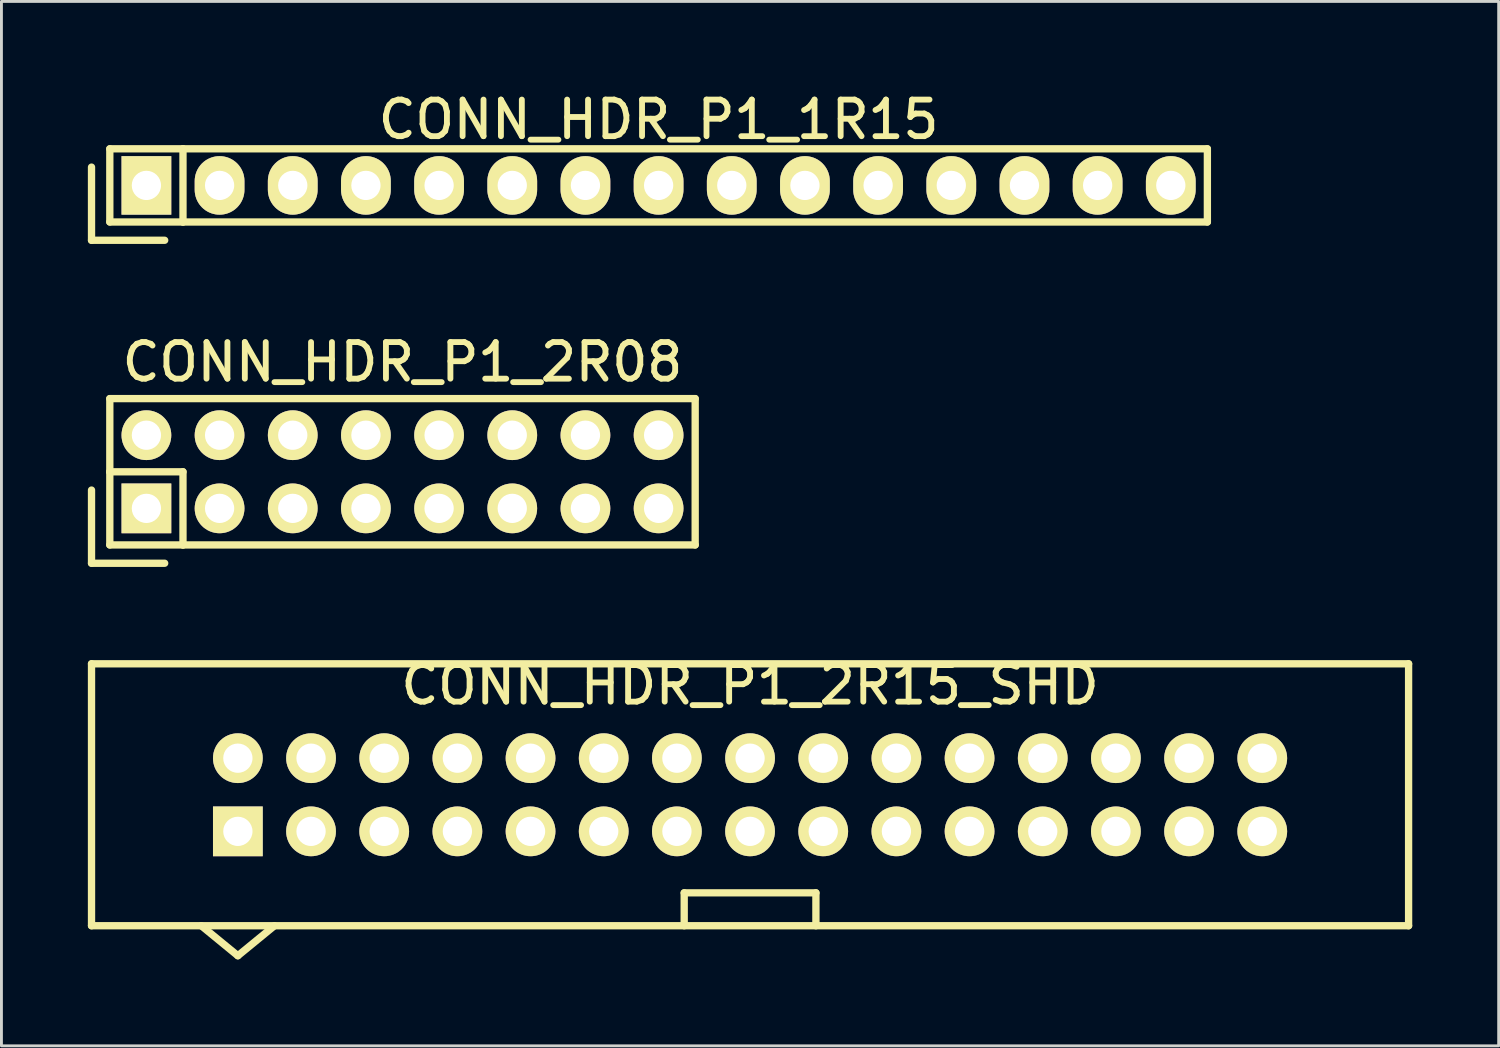
<source format=kicad_pcb>
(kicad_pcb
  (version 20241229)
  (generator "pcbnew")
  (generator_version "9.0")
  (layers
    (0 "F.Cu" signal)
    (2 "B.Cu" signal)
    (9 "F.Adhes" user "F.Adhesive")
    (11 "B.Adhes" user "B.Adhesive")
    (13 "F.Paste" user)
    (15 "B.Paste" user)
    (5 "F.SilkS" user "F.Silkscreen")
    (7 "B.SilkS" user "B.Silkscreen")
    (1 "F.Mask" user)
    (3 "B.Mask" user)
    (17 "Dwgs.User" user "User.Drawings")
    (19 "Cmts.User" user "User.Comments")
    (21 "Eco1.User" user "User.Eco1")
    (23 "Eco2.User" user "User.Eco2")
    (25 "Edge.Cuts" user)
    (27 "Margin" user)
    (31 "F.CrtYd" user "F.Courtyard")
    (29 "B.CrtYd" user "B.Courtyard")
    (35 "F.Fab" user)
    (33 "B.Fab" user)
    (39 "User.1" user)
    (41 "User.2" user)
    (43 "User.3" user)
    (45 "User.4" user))
  (footprint "CONN_HDR_P1_2R15_SHD"
    (layer "F.Cu")
    (at 22.987 24.539)
    (property "Reference" "CONN_HDR_P1_2R15_SHD" (at 0 -3.81 0) (layer "F.SilkS") (effects (font (size 1.27 1.27) (thickness 0.203))))
    (attr through_hole)
    (fp_line (start -22.86 -4.547) (end -22.86 4.547) (stroke (width 0.254) (type solid)) (layer "F.SilkS"))
    (fp_line (start -22.86 4.547) (end 22.86 4.547) (stroke (width 0.254) (type solid)) (layer "F.SilkS"))
    (fp_line (start -19.05 4.547) (end -17.78 5.588) (stroke (width 0.254) (type solid)) (layer "F.SilkS"))
    (fp_line (start -17.78 5.588) (end -16.51 4.547) (stroke (width 0.254) (type solid)) (layer "F.SilkS"))
    (fp_line (start -2.286 3.404) (end 2.286 3.404) (stroke (width 0.254) (type solid)) (layer "F.SilkS"))
    (fp_line (start -2.286 4.547) (end -2.286 3.404) (stroke (width 0.254) (type solid)) (layer "F.SilkS"))
    (fp_line (start 2.286 3.404) (end 2.286 4.547) (stroke (width 0.254) (type solid)) (layer "F.SilkS"))
    (fp_line (start 22.86 -4.547) (end -22.86 -4.547) (stroke (width 0.254) (type solid)) (layer "F.SilkS"))
    (fp_line (start 22.86 -4.547) (end 22.86 4.547) (stroke (width 0.254) (type solid)) (layer "F.SilkS"))
    (pad "1" thru_hole rect (at -17.78 1.27) (size 1.727 1.727) (drill 1.016) (layers "*.Cu" "*.Mask" "F.SilkS"))
    (pad "2" thru_hole oval (at -17.78 -1.27) (size 1.727 1.727) (drill 1.016) (layers "*.Cu" "*.Mask" "F.SilkS"))
    (pad "3" thru_hole oval (at -15.24 1.27) (size 1.727 1.727) (drill 1.016) (layers "*.Cu" "*.Mask" "F.SilkS"))
    (pad "4" thru_hole oval (at -15.24 -1.27) (size 1.727 1.727) (drill 1.016) (layers "*.Cu" "*.Mask" "F.SilkS"))
    (pad "5" thru_hole oval (at -12.7 1.27) (size 1.727 1.727) (drill 1.016) (layers "*.Cu" "*.Mask" "F.SilkS"))
    (pad "6" thru_hole oval (at -12.7 -1.27) (size 1.727 1.727) (drill 1.016) (layers "*.Cu" "*.Mask" "F.SilkS"))
    (pad "7" thru_hole oval (at -10.16 1.27) (size 1.727 1.727) (drill 1.016) (layers "*.Cu" "*.Mask" "F.SilkS"))
    (pad "8" thru_hole oval (at -10.16 -1.27) (size 1.727 1.727) (drill 1.016) (layers "*.Cu" "*.Mask" "F.SilkS"))
    (pad "9" thru_hole oval (at -7.62 1.27) (size 1.727 1.727) (drill 1.016) (layers "*.Cu" "*.Mask" "F.SilkS"))
    (pad "10" thru_hole oval (at -7.62 -1.27) (size 1.727 1.727) (drill 1.016) (layers "*.Cu" "*.Mask" "F.SilkS"))
    (pad "11" thru_hole oval (at -5.08 1.27) (size 1.727 1.727) (drill 1.016) (layers "*.Cu" "*.Mask" "F.SilkS"))
    (pad "12" thru_hole oval (at -5.08 -1.27) (size 1.727 1.727) (drill 1.016) (layers "*.Cu" "*.Mask" "F.SilkS"))
    (pad "13" thru_hole oval (at -2.54 1.27) (size 1.727 1.727) (drill 1.016) (layers "*.Cu" "*.Mask" "F.SilkS"))
    (pad "14" thru_hole oval (at -2.54 -1.27) (size 1.727 1.727) (drill 1.016) (layers "*.Cu" "*.Mask" "F.SilkS"))
    (pad "15" thru_hole oval (at 0 1.27) (size 1.727 1.727) (drill 1.016) (layers "*.Cu" "*.Mask" "F.SilkS"))
    (pad "16" thru_hole oval (at 0 -1.27) (size 1.727 1.727) (drill 1.016) (layers "*.Cu" "*.Mask" "F.SilkS"))
    (pad "17" thru_hole oval (at 2.54 1.27) (size 1.727 1.727) (drill 1.016) (layers "*.Cu" "*.Mask" "F.SilkS"))
    (pad "18" thru_hole oval (at 2.54 -1.27) (size 1.727 1.727) (drill 1.016) (layers "*.Cu" "*.Mask" "F.SilkS"))
    (pad "19" thru_hole oval (at 5.08 1.27) (size 1.727 1.727) (drill 1.016) (layers "*.Cu" "*.Mask" "F.SilkS"))
    (pad "20" thru_hole oval (at 5.08 -1.27) (size 1.727 1.727) (drill 1.016) (layers "*.Cu" "*.Mask" "F.SilkS"))
    (pad "21" thru_hole oval (at 7.62 1.27) (size 1.727 1.727) (drill 1.016) (layers "*.Cu" "*.Mask" "F.SilkS"))
    (pad "22" thru_hole oval (at 7.62 -1.27) (size 1.727 1.727) (drill 1.016) (layers "*.Cu" "*.Mask" "F.SilkS"))
    (pad "23" thru_hole oval (at 10.16 1.27) (size 1.727 1.727) (drill 1.016) (layers "*.Cu" "*.Mask" "F.SilkS"))
    (pad "24" thru_hole oval (at 10.16 -1.27) (size 1.727 1.727) (drill 1.016) (layers "*.Cu" "*.Mask" "F.SilkS"))
    (pad "25" thru_hole oval (at 12.7 1.27) (size 1.727 1.727) (drill 1.016) (layers "*.Cu" "*.Mask" "F.SilkS"))
    (pad "26" thru_hole oval (at 12.7 -1.27) (size 1.727 1.727) (drill 1.016) (layers "*.Cu" "*.Mask" "F.SilkS"))
    (pad "27" thru_hole oval (at 15.24 1.27) (size 1.727 1.727) (drill 1.016) (layers "*.Cu" "*.Mask" "F.SilkS"))
    (pad "28" thru_hole oval (at 15.24 -1.27) (size 1.727 1.727) (drill 1.016) (layers "*.Cu" "*.Mask" "F.SilkS"))
    (pad "29" thru_hole oval (at 17.78 1.27) (size 1.727 1.727) (drill 1.016) (layers "*.Cu" "*.Mask" "F.SilkS"))
    (pad "30" thru_hole oval (at 17.78 -1.27) (size 1.727 1.727) (drill 1.016) (layers "*.Cu" "*.Mask" "F.SilkS")))
  (footprint "CONN_HDR_P1_2R08"
    (layer "F.Cu")
    (at 10.922 13.327)
    (property "Reference" "CONN_HDR_P1_2R08" (at 0 -3.81 0) (layer "F.SilkS") (effects (font (size 1.27 1.27) (thickness 0.203))))
    (attr through_hole)
    (fp_line (start -10.795 0.635) (end -10.795 3.175) (stroke (width 0.254) (type solid)) (layer "F.SilkS"))
    (fp_line (start -10.795 3.175) (end -8.255 3.175) (stroke (width 0.254) (type solid)) (layer "F.SilkS"))
    (fp_line (start -10.16 -2.54) (end -10.16 0) (stroke (width 0.254) (type solid)) (layer "F.SilkS"))
    (fp_line (start -10.16 0) (end -7.62 0) (stroke (width 0.254) (type solid)) (layer "F.SilkS"))
    (fp_line (start -10.16 2.54) (end -10.16 0) (stroke (width 0.254) (type solid)) (layer "F.SilkS"))
    (fp_line (start -10.16 2.54) (end -7.62 2.54) (stroke (width 0.254) (type solid)) (layer "F.SilkS"))
    (fp_line (start -7.62 0) (end -7.62 2.54) (stroke (width 0.254) (type solid)) (layer "F.SilkS"))
    (fp_line (start -7.62 2.54) (end 10.16 2.54) (stroke (width 0.254) (type solid)) (layer "F.SilkS"))
    (fp_line (start 10.16 -2.54) (end -10.16 -2.54) (stroke (width 0.254) (type solid)) (layer "F.SilkS"))
    (fp_line (start 10.16 -2.54) (end 10.16 2.54) (stroke (width 0.254) (type solid)) (layer "F.SilkS"))
    (pad "1" thru_hole rect (at -8.89 1.27) (size 1.727 1.727) (drill 1.016) (layers "*.Cu" "*.Mask" "F.SilkS"))
    (pad "2" thru_hole oval (at -8.89 -1.27) (size 1.727 1.727) (drill 1.016) (layers "*.Cu" "*.Mask" "F.SilkS"))
    (pad "3" thru_hole oval (at -6.35 1.27) (size 1.727 1.727) (drill 1.016) (layers "*.Cu" "*.Mask" "F.SilkS"))
    (pad "4" thru_hole oval (at -6.35 -1.27) (size 1.727 1.727) (drill 1.016) (layers "*.Cu" "*.Mask" "F.SilkS"))
    (pad "5" thru_hole oval (at -3.81 1.27) (size 1.727 1.727) (drill 1.016) (layers "*.Cu" "*.Mask" "F.SilkS"))
    (pad "6" thru_hole oval (at -3.81 -1.27) (size 1.727 1.727) (drill 1.016) (layers "*.Cu" "*.Mask" "F.SilkS"))
    (pad "7" thru_hole oval (at -1.27 1.27) (size 1.727 1.727) (drill 1.016) (layers "*.Cu" "*.Mask" "F.SilkS"))
    (pad "8" thru_hole oval (at -1.27 -1.27) (size 1.727 1.727) (drill 1.016) (layers "*.Cu" "*.Mask" "F.SilkS"))
    (pad "9" thru_hole oval (at 1.27 1.27) (size 1.727 1.727) (drill 1.016) (layers "*.Cu" "*.Mask" "F.SilkS"))
    (pad "10" thru_hole oval (at 1.27 -1.27) (size 1.727 1.727) (drill 1.016) (layers "*.Cu" "*.Mask" "F.SilkS"))
    (pad "11" thru_hole oval (at 3.81 1.27) (size 1.727 1.727) (drill 1.016) (layers "*.Cu" "*.Mask" "F.SilkS"))
    (pad "12" thru_hole oval (at 3.81 -1.27) (size 1.727 1.727) (drill 1.016) (layers "*.Cu" "*.Mask" "F.SilkS"))
    (pad "13" thru_hole oval (at 6.35 1.27) (size 1.727 1.727) (drill 1.016) (layers "*.Cu" "*.Mask" "F.SilkS"))
    (pad "14" thru_hole oval (at 6.35 -1.27) (size 1.727 1.727) (drill 1.016) (layers "*.Cu" "*.Mask" "F.SilkS"))
    (pad "15" thru_hole oval (at 8.89 1.27) (size 1.727 1.727) (drill 1.016) (layers "*.Cu" "*.Mask" "F.SilkS"))
    (pad "16" thru_hole oval (at 8.89 -1.27) (size 1.727 1.727) (drill 1.016) (layers "*.Cu" "*.Mask" "F.SilkS")))
  (footprint "CONN_HDR_P1_1R15"
    (layer "F.Cu")
    (at 19.812 3.386)
    (property "Reference" "CONN_HDR_P1_1R15" (at 0 -2.286 0) (layer "F.SilkS") (effects (font (size 1.27 1.27) (thickness 0.203))))
    (attr through_hole)
    (fp_line (start -19.685 -0.635) (end -19.685 1.905) (stroke (width 0.254) (type solid)) (layer "F.SilkS"))
    (fp_line (start -19.685 1.905) (end -17.145 1.905) (stroke (width 0.254) (type solid)) (layer "F.SilkS"))
    (fp_line (start -19.05 -1.27) (end -19.05 1.27) (stroke (width 0.254) (type solid)) (layer "F.SilkS"))
    (fp_line (start -19.05 -1.27) (end -16.51 -1.27) (stroke (width 0.254) (type solid)) (layer "F.SilkS"))
    (fp_line (start -19.05 1.27) (end -16.51 1.27) (stroke (width 0.254) (type solid)) (layer "F.SilkS"))
    (fp_line (start -16.51 -1.27) (end -16.51 1.27) (stroke (width 0.254) (type solid)) (layer "F.SilkS"))
    (fp_line (start -16.51 1.27) (end 19.05 1.27) (stroke (width 0.254) (type solid)) (layer "F.SilkS"))
    (fp_line (start 19.05 -1.27) (end -16.51 -1.27) (stroke (width 0.254) (type solid)) (layer "F.SilkS"))
    (fp_line (start 19.05 1.27) (end 19.05 -1.27) (stroke (width 0.254) (type solid)) (layer "F.SilkS"))
    (pad "1" thru_hole rect (at -17.78 0) (size 1.727 2.032) (drill 1.016) (layers "*.Cu" "*.Mask" "F.SilkS"))
    (pad "2" thru_hole oval (at -15.24 0) (size 1.727 2.032) (drill 1.016) (layers "*.Cu" "*.Mask" "F.SilkS"))
    (pad "3" thru_hole oval (at -12.7 0) (size 1.727 2.032) (drill 1.016) (layers "*.Cu" "*.Mask" "F.SilkS"))
    (pad "4" thru_hole oval (at -10.16 0) (size 1.727 2.032) (drill 1.016) (layers "*.Cu" "*.Mask" "F.SilkS"))
    (pad "5" thru_hole oval (at -7.62 0) (size 1.727 2.032) (drill 1.016) (layers "*.Cu" "*.Mask" "F.SilkS"))
    (pad "6" thru_hole oval (at -5.08 0) (size 1.727 2.032) (drill 1.016) (layers "*.Cu" "*.Mask" "F.SilkS"))
    (pad "7" thru_hole oval (at -2.54 0) (size 1.727 2.032) (drill 1.016) (layers "*.Cu" "*.Mask" "F.SilkS"))
    (pad "8" thru_hole oval (at 0 0) (size 1.727 2.032) (drill 1.016) (layers "*.Cu" "*.Mask" "F.SilkS"))
    (pad "9" thru_hole oval (at 2.54 0) (size 1.727 2.032) (drill 1.016) (layers "*.Cu" "*.Mask" "F.SilkS"))
    (pad "10" thru_hole oval (at 5.08 0) (size 1.727 2.032) (drill 1.016) (layers "*.Cu" "*.Mask" "F.SilkS"))
    (pad "11" thru_hole oval (at 7.62 0) (size 1.727 2.032) (drill 1.016) (layers "*.Cu" "*.Mask" "F.SilkS"))
    (pad "12" thru_hole oval (at 10.16 0) (size 1.727 2.032) (drill 1.016) (layers "*.Cu" "*.Mask" "F.SilkS"))
    (pad "13" thru_hole oval (at 12.7 0) (size 1.727 2.032) (drill 1.016) (layers "*.Cu" "*.Mask" "F.SilkS"))
    (pad "14" thru_hole oval (at 15.24 0) (size 1.727 2.032) (drill 1.016) (layers "*.Cu" "*.Mask" "F.SilkS"))
    (pad "15" thru_hole oval (at 17.78 0) (size 1.727 2.032) (drill 1.016) (layers "*.Cu" "*.Mask" "F.SilkS")))
  (gr_rect
    (start -3 -3)
    (end 48.974 33.254)
    (stroke (width 0.1) (type default))
    (fill no)
    (layer "Edge.Cuts")))
</source>
